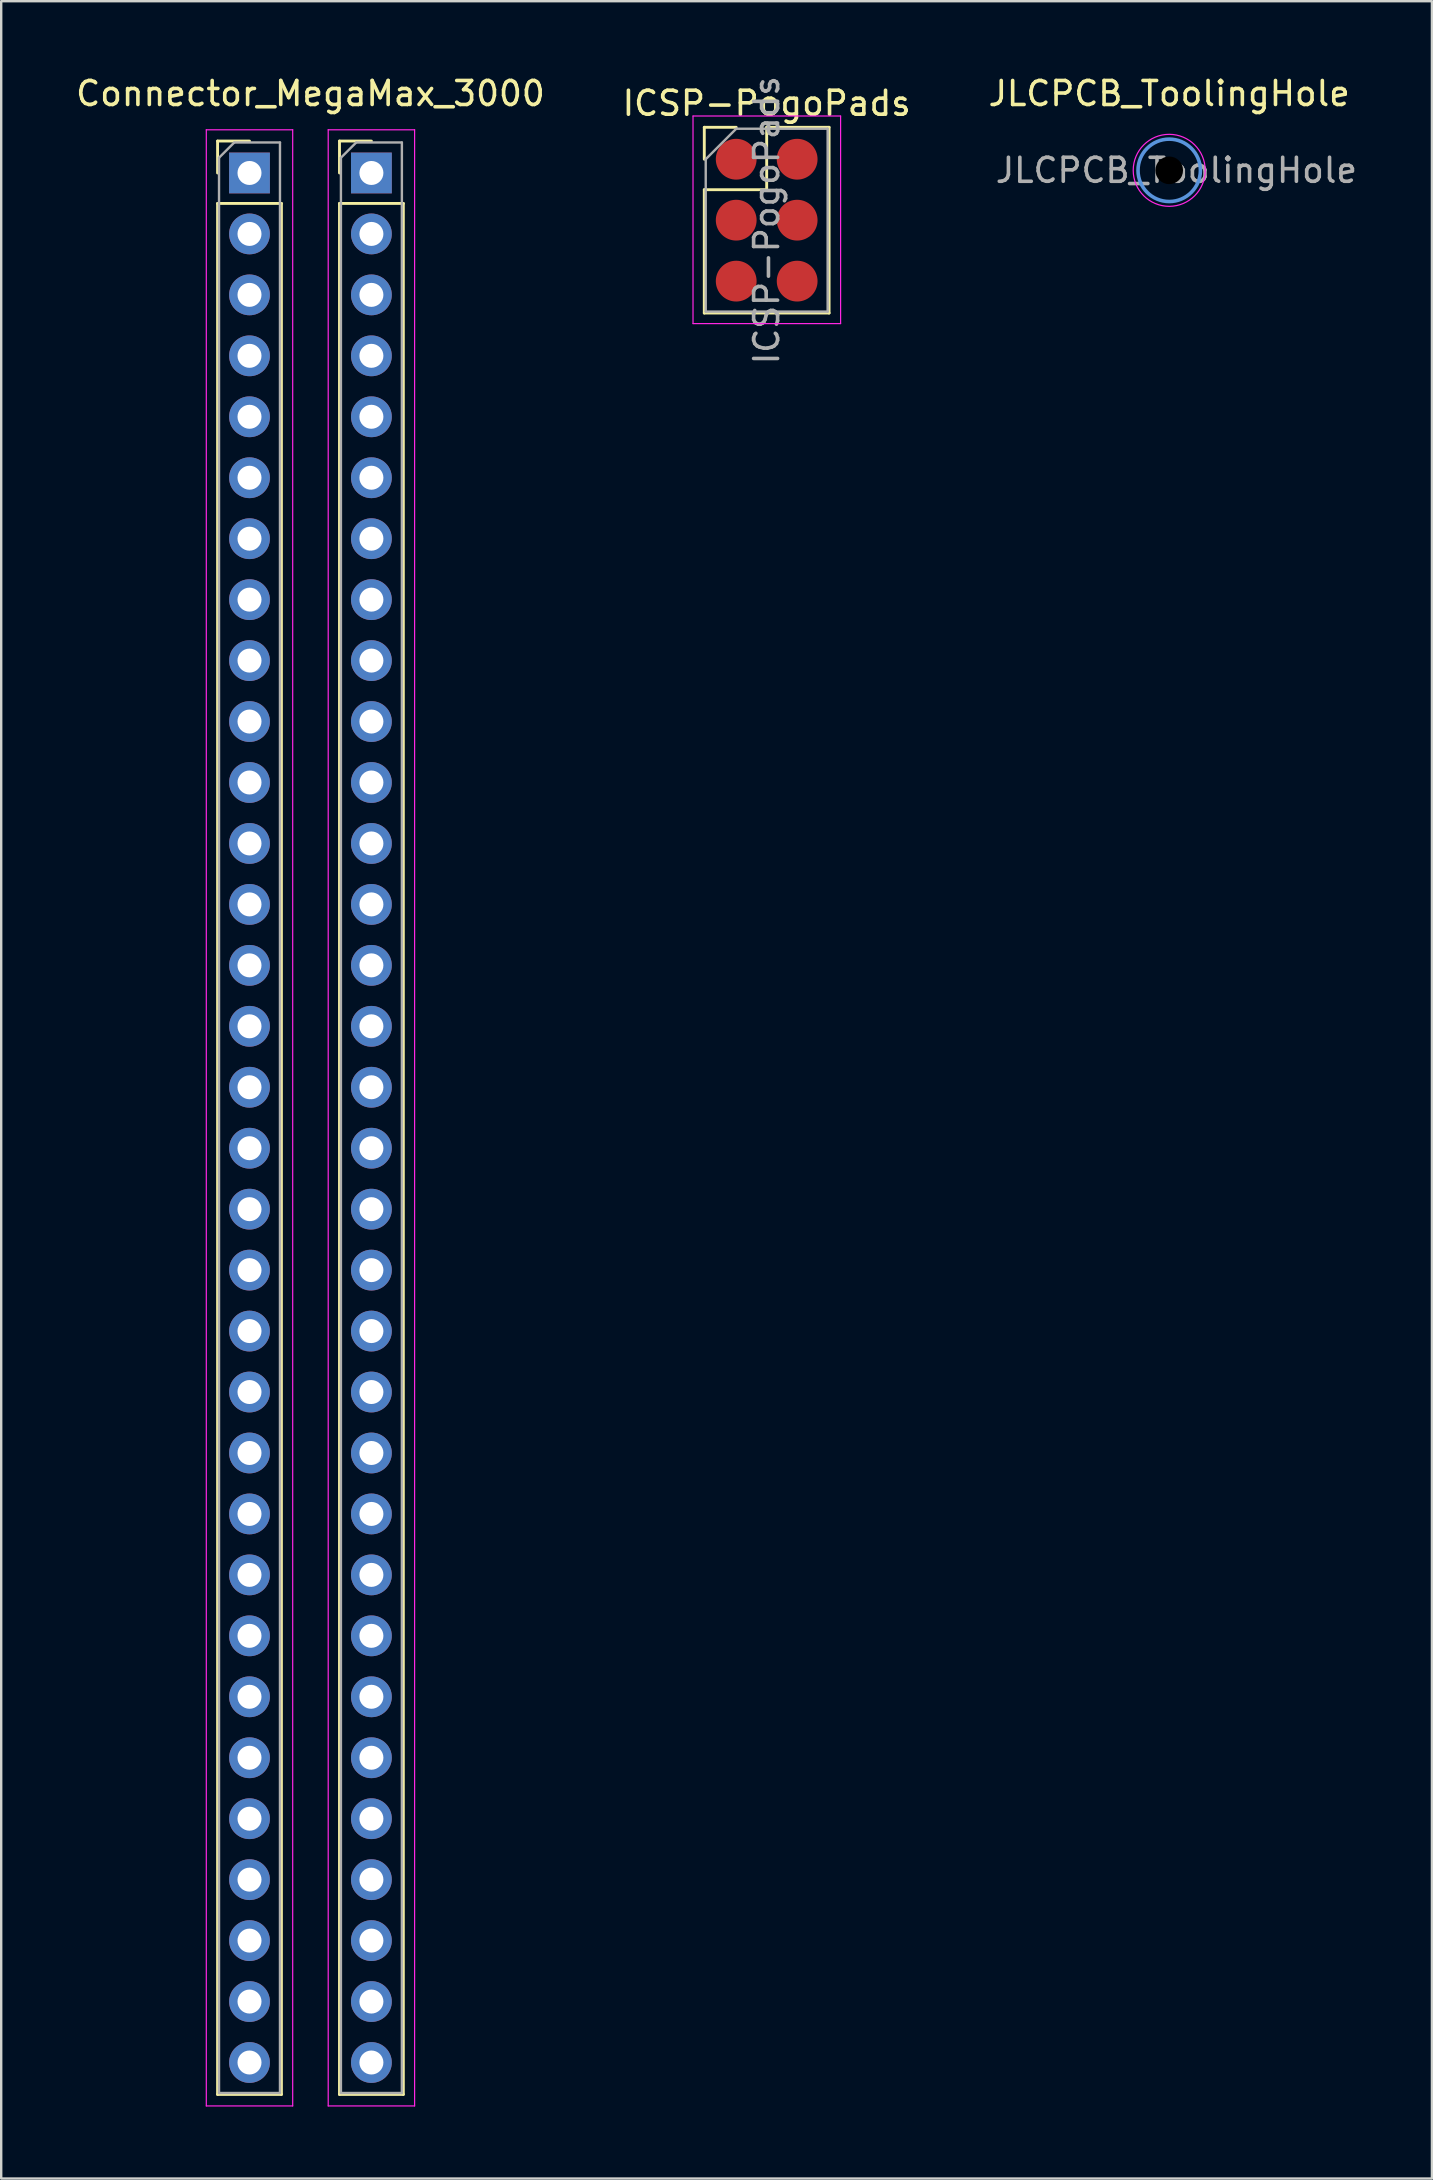
<source format=kicad_pcb>
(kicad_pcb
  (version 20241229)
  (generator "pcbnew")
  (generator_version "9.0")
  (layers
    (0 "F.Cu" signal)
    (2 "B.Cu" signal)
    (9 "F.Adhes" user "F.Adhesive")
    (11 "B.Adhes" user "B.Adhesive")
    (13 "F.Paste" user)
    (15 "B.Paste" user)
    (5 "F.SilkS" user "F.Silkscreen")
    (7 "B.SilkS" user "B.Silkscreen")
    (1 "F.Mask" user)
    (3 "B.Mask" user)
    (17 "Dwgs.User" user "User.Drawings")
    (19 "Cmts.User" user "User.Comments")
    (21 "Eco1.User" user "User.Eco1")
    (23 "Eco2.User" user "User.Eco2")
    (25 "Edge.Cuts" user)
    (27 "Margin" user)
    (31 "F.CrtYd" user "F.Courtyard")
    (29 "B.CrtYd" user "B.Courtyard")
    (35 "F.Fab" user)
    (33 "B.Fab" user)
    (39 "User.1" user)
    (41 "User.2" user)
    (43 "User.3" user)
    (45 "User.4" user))
  (footprint "Connector_MegaMax_3000"
    (layer "F.Cu")
    (at 9.887 43.528)
    (property "Reference" "Connector_MegaMax_3000" (at 0 -42.68 0) (layer "F.SilkS") (effects (font (size 1 1) (thickness 0.15))))
    (attr through_hole)
    (fp_line (start -3.87 -40.7) (end -2.54 -40.7) (stroke (width 0.12) (type solid)) (layer "F.SilkS"))
    (fp_line (start -3.87 -39.37) (end -3.87 -40.7) (stroke (width 0.12) (type solid)) (layer "F.SilkS"))
    (fp_line (start -3.87 -38.1) (end -3.87 40.7) (stroke (width 0.12) (type solid)) (layer "F.SilkS"))
    (fp_line (start -3.87 -38.1) (end -1.21 -38.1) (stroke (width 0.12) (type solid)) (layer "F.SilkS"))
    (fp_line (start -3.87 40.7) (end -1.21 40.7) (stroke (width 0.12) (type solid)) (layer "F.SilkS"))
    (fp_line (start -1.21 -38.1) (end -1.21 40.7) (stroke (width 0.12) (type solid)) (layer "F.SilkS"))
    (fp_line (start 1.21 -40.7) (end 2.54 -40.7) (stroke (width 0.12) (type solid)) (layer "F.SilkS"))
    (fp_line (start 1.21 -39.37) (end 1.21 -40.7) (stroke (width 0.12) (type solid)) (layer "F.SilkS"))
    (fp_line (start 1.21 -38.1) (end 1.21 40.7) (stroke (width 0.12) (type solid)) (layer "F.SilkS"))
    (fp_line (start 1.21 -38.1) (end 3.87 -38.1) (stroke (width 0.12) (type solid)) (layer "F.SilkS"))
    (fp_line (start 1.21 40.7) (end 3.87 40.7) (stroke (width 0.12) (type solid)) (layer "F.SilkS"))
    (fp_line (start 3.87 -38.1) (end 3.87 40.7) (stroke (width 0.12) (type solid)) (layer "F.SilkS"))
    (fp_line (start -4.34 -41.17) (end -4.34 41.18) (stroke (width 0.05) (type solid)) (layer "F.CrtYd"))
    (fp_line (start -4.34 41.18) (end -0.74 41.18) (stroke (width 0.05) (type solid)) (layer "F.CrtYd"))
    (fp_line (start -0.74 -41.17) (end -4.34 -41.17) (stroke (width 0.05) (type solid)) (layer "F.CrtYd"))
    (fp_line (start -0.74 41.18) (end -0.74 -41.17) (stroke (width 0.05) (type solid)) (layer "F.CrtYd"))
    (fp_line (start 0.74 -41.17) (end 0.74 41.18) (stroke (width 0.05) (type solid)) (layer "F.CrtYd"))
    (fp_line (start 0.74 41.18) (end 4.34 41.18) (stroke (width 0.05) (type solid)) (layer "F.CrtYd"))
    (fp_line (start 4.34 -41.17) (end 0.74 -41.17) (stroke (width 0.05) (type solid)) (layer "F.CrtYd"))
    (fp_line (start 4.34 41.18) (end 4.34 -41.17) (stroke (width 0.05) (type solid)) (layer "F.CrtYd"))
    (fp_line (start -3.81 -40.005) (end -3.175 -40.64) (stroke (width 0.1) (type solid)) (layer "F.Fab"))
    (fp_line (start -3.81 40.64) (end -3.81 -40.005) (stroke (width 0.1) (type solid)) (layer "F.Fab"))
    (fp_line (start -3.175 -40.64) (end -1.27 -40.64) (stroke (width 0.1) (type solid)) (layer "F.Fab"))
    (fp_line (start -1.27 -40.64) (end -1.27 40.64) (stroke (width 0.1) (type solid)) (layer "F.Fab"))
    (fp_line (start -1.27 40.64) (end -3.81 40.64) (stroke (width 0.1) (type solid)) (layer "F.Fab"))
    (fp_line (start 1.27 -40.005) (end 1.905 -40.64) (stroke (width 0.1) (type solid)) (layer "F.Fab"))
    (fp_line (start 1.27 40.64) (end 1.27 -40.005) (stroke (width 0.1) (type solid)) (layer "F.Fab"))
    (fp_line (start 1.905 -40.64) (end 3.81 -40.64) (stroke (width 0.1) (type solid)) (layer "F.Fab"))
    (fp_line (start 3.81 -40.64) (end 3.81 40.64) (stroke (width 0.1) (type solid)) (layer "F.Fab"))
    (fp_line (start 3.81 40.64) (end 1.27 40.64) (stroke (width 0.1) (type solid)) (layer "F.Fab"))
    (pad "1" thru_hole rect (at -2.54 -39.37) (size 1.7 1.7) (drill 1) (layers "*.Cu" "*.Mask"))
    (pad "2" thru_hole rect (at 2.54 -39.37) (size 1.7 1.7) (drill 1) (layers "*.Cu" "*.Mask"))
    (pad "3" thru_hole oval (at -2.54 -36.83) (size 1.7 1.7) (drill 1) (layers "*.Cu" "*.Mask"))
    (pad "4" thru_hole oval (at 2.54 -36.83) (size 1.7 1.7) (drill 1) (layers "*.Cu" "*.Mask"))
    (pad "5" thru_hole oval (at -2.54 -34.29) (size 1.7 1.7) (drill 1) (layers "*.Cu" "*.Mask"))
    (pad "6" thru_hole oval (at 2.54 -34.29) (size 1.7 1.7) (drill 1) (layers "*.Cu" "*.Mask"))
    (pad "7" thru_hole oval (at -2.54 -31.75) (size 1.7 1.7) (drill 1) (layers "*.Cu" "*.Mask"))
    (pad "8" thru_hole oval (at 2.54 -31.75) (size 1.7 1.7) (drill 1) (layers "*.Cu" "*.Mask"))
    (pad "9" thru_hole oval (at -2.54 -29.21) (size 1.7 1.7) (drill 1) (layers "*.Cu" "*.Mask"))
    (pad "10" thru_hole oval (at 2.54 -29.21) (size 1.7 1.7) (drill 1) (layers "*.Cu" "*.Mask"))
    (pad "11" thru_hole oval (at -2.54 -26.67) (size 1.7 1.7) (drill 1) (layers "*.Cu" "*.Mask"))
    (pad "12" thru_hole oval (at 2.54 -26.67) (size 1.7 1.7) (drill 1) (layers "*.Cu" "*.Mask"))
    (pad "13" thru_hole oval (at -2.54 -24.13) (size 1.7 1.7) (drill 1) (layers "*.Cu" "*.Mask"))
    (pad "14" thru_hole oval (at 2.54 -24.13) (size 1.7 1.7) (drill 1) (layers "*.Cu" "*.Mask"))
    (pad "15" thru_hole oval (at -2.54 -21.59) (size 1.7 1.7) (drill 1) (layers "*.Cu" "*.Mask"))
    (pad "16" thru_hole oval (at 2.54 -21.59) (size 1.7 1.7) (drill 1) (layers "*.Cu" "*.Mask"))
    (pad "17" thru_hole oval (at -2.54 -19.05) (size 1.7 1.7) (drill 1) (layers "*.Cu" "*.Mask"))
    (pad "18" thru_hole oval (at 2.54 -19.05) (size 1.7 1.7) (drill 1) (layers "*.Cu" "*.Mask"))
    (pad "19" thru_hole oval (at -2.54 -16.51) (size 1.7 1.7) (drill 1) (layers "*.Cu" "*.Mask"))
    (pad "20" thru_hole oval (at 2.54 -16.51) (size 1.7 1.7) (drill 1) (layers "*.Cu" "*.Mask"))
    (pad "21" thru_hole oval (at -2.54 -13.97) (size 1.7 1.7) (drill 1) (layers "*.Cu" "*.Mask"))
    (pad "22" thru_hole oval (at 2.54 -13.97) (size 1.7 1.7) (drill 1) (layers "*.Cu" "*.Mask"))
    (pad "23" thru_hole oval (at -2.54 -11.43) (size 1.7 1.7) (drill 1) (layers "*.Cu" "*.Mask"))
    (pad "24" thru_hole oval (at 2.54 -11.43) (size 1.7 1.7) (drill 1) (layers "*.Cu" "*.Mask"))
    (pad "25" thru_hole oval (at -2.54 -8.89) (size 1.7 1.7) (drill 1) (layers "*.Cu" "*.Mask"))
    (pad "26" thru_hole oval (at 2.54 -8.89) (size 1.7 1.7) (drill 1) (layers "*.Cu" "*.Mask"))
    (pad "27" thru_hole oval (at -2.54 -6.35) (size 1.7 1.7) (drill 1) (layers "*.Cu" "*.Mask"))
    (pad "28" thru_hole oval (at 2.54 -6.35) (size 1.7 1.7) (drill 1) (layers "*.Cu" "*.Mask"))
    (pad "29" thru_hole oval (at -2.54 -3.81) (size 1.7 1.7) (drill 1) (layers "*.Cu" "*.Mask"))
    (pad "30" thru_hole oval (at 2.54 -3.81) (size 1.7 1.7) (drill 1) (layers "*.Cu" "*.Mask"))
    (pad "31" thru_hole oval (at -2.54 -1.27) (size 1.7 1.7) (drill 1) (layers "*.Cu" "*.Mask"))
    (pad "32" thru_hole oval (at 2.54 -1.27) (size 1.7 1.7) (drill 1) (layers "*.Cu" "*.Mask"))
    (pad "33" thru_hole oval (at -2.54 1.27) (size 1.7 1.7) (drill 1) (layers "*.Cu" "*.Mask"))
    (pad "34" thru_hole oval (at 2.54 1.27) (size 1.7 1.7) (drill 1) (layers "*.Cu" "*.Mask"))
    (pad "35" thru_hole oval (at -2.54 3.81) (size 1.7 1.7) (drill 1) (layers "*.Cu" "*.Mask"))
    (pad "36" thru_hole oval (at 2.54 3.81) (size 1.7 1.7) (drill 1) (layers "*.Cu" "*.Mask"))
    (pad "37" thru_hole oval (at -2.54 6.35) (size 1.7 1.7) (drill 1) (layers "*.Cu" "*.Mask"))
    (pad "38" thru_hole oval (at 2.54 6.35) (size 1.7 1.7) (drill 1) (layers "*.Cu" "*.Mask"))
    (pad "39" thru_hole oval (at -2.54 8.89) (size 1.7 1.7) (drill 1) (layers "*.Cu" "*.Mask"))
    (pad "40" thru_hole oval (at 2.54 8.89) (size 1.7 1.7) (drill 1) (layers "*.Cu" "*.Mask"))
    (pad "41" thru_hole oval (at -2.54 11.43) (size 1.7 1.7) (drill 1) (layers "*.Cu" "*.Mask"))
    (pad "42" thru_hole oval (at 2.54 11.43) (size 1.7 1.7) (drill 1) (layers "*.Cu" "*.Mask"))
    (pad "43" thru_hole oval (at -2.54 13.97) (size 1.7 1.7) (drill 1) (layers "*.Cu" "*.Mask"))
    (pad "44" thru_hole oval (at 2.54 13.97) (size 1.7 1.7) (drill 1) (layers "*.Cu" "*.Mask"))
    (pad "45" thru_hole oval (at -2.54 16.51) (size 1.7 1.7) (drill 1) (layers "*.Cu" "*.Mask"))
    (pad "46" thru_hole oval (at 2.54 16.51) (size 1.7 1.7) (drill 1) (layers "*.Cu" "*.Mask"))
    (pad "47" thru_hole oval (at -2.54 19.05) (size 1.7 1.7) (drill 1) (layers "*.Cu" "*.Mask"))
    (pad "48" thru_hole oval (at 2.54 19.05) (size 1.7 1.7) (drill 1) (layers "*.Cu" "*.Mask"))
    (pad "49" thru_hole oval (at -2.54 21.59) (size 1.7 1.7) (drill 1) (layers "*.Cu" "*.Mask"))
    (pad "50" thru_hole oval (at 2.54 21.59) (size 1.7 1.7) (drill 1) (layers "*.Cu" "*.Mask"))
    (pad "51" thru_hole oval (at -2.54 24.13) (size 1.7 1.7) (drill 1) (layers "*.Cu" "*.Mask"))
    (pad "52" thru_hole oval (at 2.54 24.13) (size 1.7 1.7) (drill 1) (layers "*.Cu" "*.Mask"))
    (pad "53" thru_hole oval (at -2.54 26.67) (size 1.7 1.7) (drill 1) (layers "*.Cu" "*.Mask"))
    (pad "54" thru_hole oval (at 2.54 26.67) (size 1.7 1.7) (drill 1) (layers "*.Cu" "*.Mask"))
    (pad "55" thru_hole oval (at -2.54 29.21) (size 1.7 1.7) (drill 1) (layers "*.Cu" "*.Mask"))
    (pad "56" thru_hole oval (at 2.54 29.21) (size 1.7 1.7) (drill 1) (layers "*.Cu" "*.Mask"))
    (pad "57" thru_hole oval (at -2.54 31.75) (size 1.7 1.7) (drill 1) (layers "*.Cu" "*.Mask"))
    (pad "58" thru_hole oval (at 2.54 31.75) (size 1.7 1.7) (drill 1) (layers "*.Cu" "*.Mask"))
    (pad "59" thru_hole oval (at -2.54 34.29) (size 1.7 1.7) (drill 1) (layers "*.Cu" "*.Mask"))
    (pad "60" thru_hole oval (at 2.54 34.29) (size 1.7 1.7) (drill 1) (layers "*.Cu" "*.Mask"))
    (pad "61" thru_hole oval (at -2.54 36.83) (size 1.7 1.7) (drill 1) (layers "*.Cu" "*.Mask"))
    (pad "62" thru_hole oval (at 2.54 36.83) (size 1.7 1.7) (drill 1) (layers "*.Cu" "*.Mask"))
    (pad "63" thru_hole oval (at -2.54 39.37) (size 1.7 1.7) (drill 1) (layers "*.Cu" "*.Mask"))
    (pad "64" thru_hole oval (at 2.54 39.37) (size 1.7 1.7) (drill 1) (layers "*.Cu" "*.Mask")))
  (footprint "ICSP-PogoPads"
    (layer "F.Cu")
    (at 27.629 3.585)
    (property "Reference" "ICSP-PogoPads" (at 1.27 -2.33 0) (layer "F.SilkS") (effects (font (size 1 1) (thickness 0.15))))
    (attr through_hole)
    (fp_line (start -1.33 -1.33) (end 0 -1.33) (stroke (width 0.12) (type solid)) (layer "F.SilkS"))
    (fp_line (start -1.33 0) (end -1.33 -1.33) (stroke (width 0.12) (type solid)) (layer "F.SilkS"))
    (fp_line (start -1.33 1.27) (end -1.33 6.41) (stroke (width 0.12) (type solid)) (layer "F.SilkS"))
    (fp_line (start -1.33 1.27) (end 1.27 1.27) (stroke (width 0.12) (type solid)) (layer "F.SilkS"))
    (fp_line (start -1.33 6.41) (end 3.87 6.41) (stroke (width 0.12) (type solid)) (layer "F.SilkS"))
    (fp_line (start 1.27 -1.33) (end 3.87 -1.33) (stroke (width 0.12) (type solid)) (layer "F.SilkS"))
    (fp_line (start 1.27 1.27) (end 1.27 -1.33) (stroke (width 0.12) (type solid)) (layer "F.SilkS"))
    (fp_line (start 3.87 -1.33) (end 3.87 6.41) (stroke (width 0.12) (type solid)) (layer "F.SilkS"))
    (fp_line (start -1.8 -1.8) (end -1.8 6.85) (stroke (width 0.05) (type solid)) (layer "F.CrtYd"))
    (fp_line (start -1.8 6.85) (end 4.35 6.85) (stroke (width 0.05) (type solid)) (layer "F.CrtYd"))
    (fp_line (start 4.35 -1.8) (end -1.8 -1.8) (stroke (width 0.05) (type solid)) (layer "F.CrtYd"))
    (fp_line (start 4.35 6.85) (end 4.35 -1.8) (stroke (width 0.05) (type solid)) (layer "F.CrtYd"))
    (fp_line (start -1.27 0) (end 0 -1.27) (stroke (width 0.1) (type solid)) (layer "F.Fab"))
    (fp_line (start -1.27 6.35) (end -1.27 0) (stroke (width 0.1) (type solid)) (layer "F.Fab"))
    (fp_line (start 0 -1.27) (end 3.81 -1.27) (stroke (width 0.1) (type solid)) (layer "F.Fab"))
    (fp_line (start 3.81 -1.27) (end 3.81 6.35) (stroke (width 0.1) (type solid)) (layer "F.Fab"))
    (fp_line (start 3.81 6.35) (end -1.27 6.35) (stroke (width 0.1) (type solid)) (layer "F.Fab"))
    (fp_text user "${REFERENCE}" (at 1.27 2.54 90) (layer "F.Fab") (effects (font (size 1 1) (thickness 0.15))))
    (pad "1" smd circle (at 0 0) (size 1.7 1.7) (layers "F.Cu" "F.Mask"))
    (pad "2" smd oval (at 2.54 0) (size 1.7 1.7) (layers "F.Cu" "F.Mask"))
    (pad "3" smd oval (at 0 2.54) (size 1.7 1.7) (layers "F.Cu" "F.Mask"))
    (pad "4" smd oval (at 2.54 2.54) (size 1.7 1.7) (layers "F.Cu" "F.Mask"))
    (pad "5" smd oval (at 0 5.08) (size 1.7 1.7) (layers "F.Cu" "F.Mask"))
    (pad "6" smd oval (at 2.54 5.08) (size 1.7 1.7) (layers "F.Cu" "F.Mask")))
  (footprint "JLCPCB_ToolingHole"
    (layer "F.Cu")
    (at 45.673 4.048)
    (property "Reference" "JLCPCB_ToolingHole" (at 0 -3.2 0) (layer "F.SilkS") (effects (font (size 1 1) (thickness 0.15))))
    (attr exclude_from_pos_files exclude_from_bom)
    (fp_circle (center 0 0) (end 1.3 0) (stroke (width 0.15) (type solid)) (fill no) (layer "Cmts.User"))
    (fp_circle (center 0 0) (end 1.5 0) (stroke (width 0.05) (type solid)) (fill no) (layer "F.CrtYd"))
    (fp_text user "${REFERENCE}" (at 0.3 0 0) (layer "F.Fab") (effects (font (size 1 1) (thickness 0.15))))
    (pad "" np_thru_hole circle (at 0 0) (size 1.152 1.152) (drill 1.152) (layers "*.Mask")))
  (gr_rect
    (start -3 -3)
    (end 56.621 87.733)
    (stroke (width 0.1) (type default))
    (fill no)
    (layer "Edge.Cuts")))
</source>
